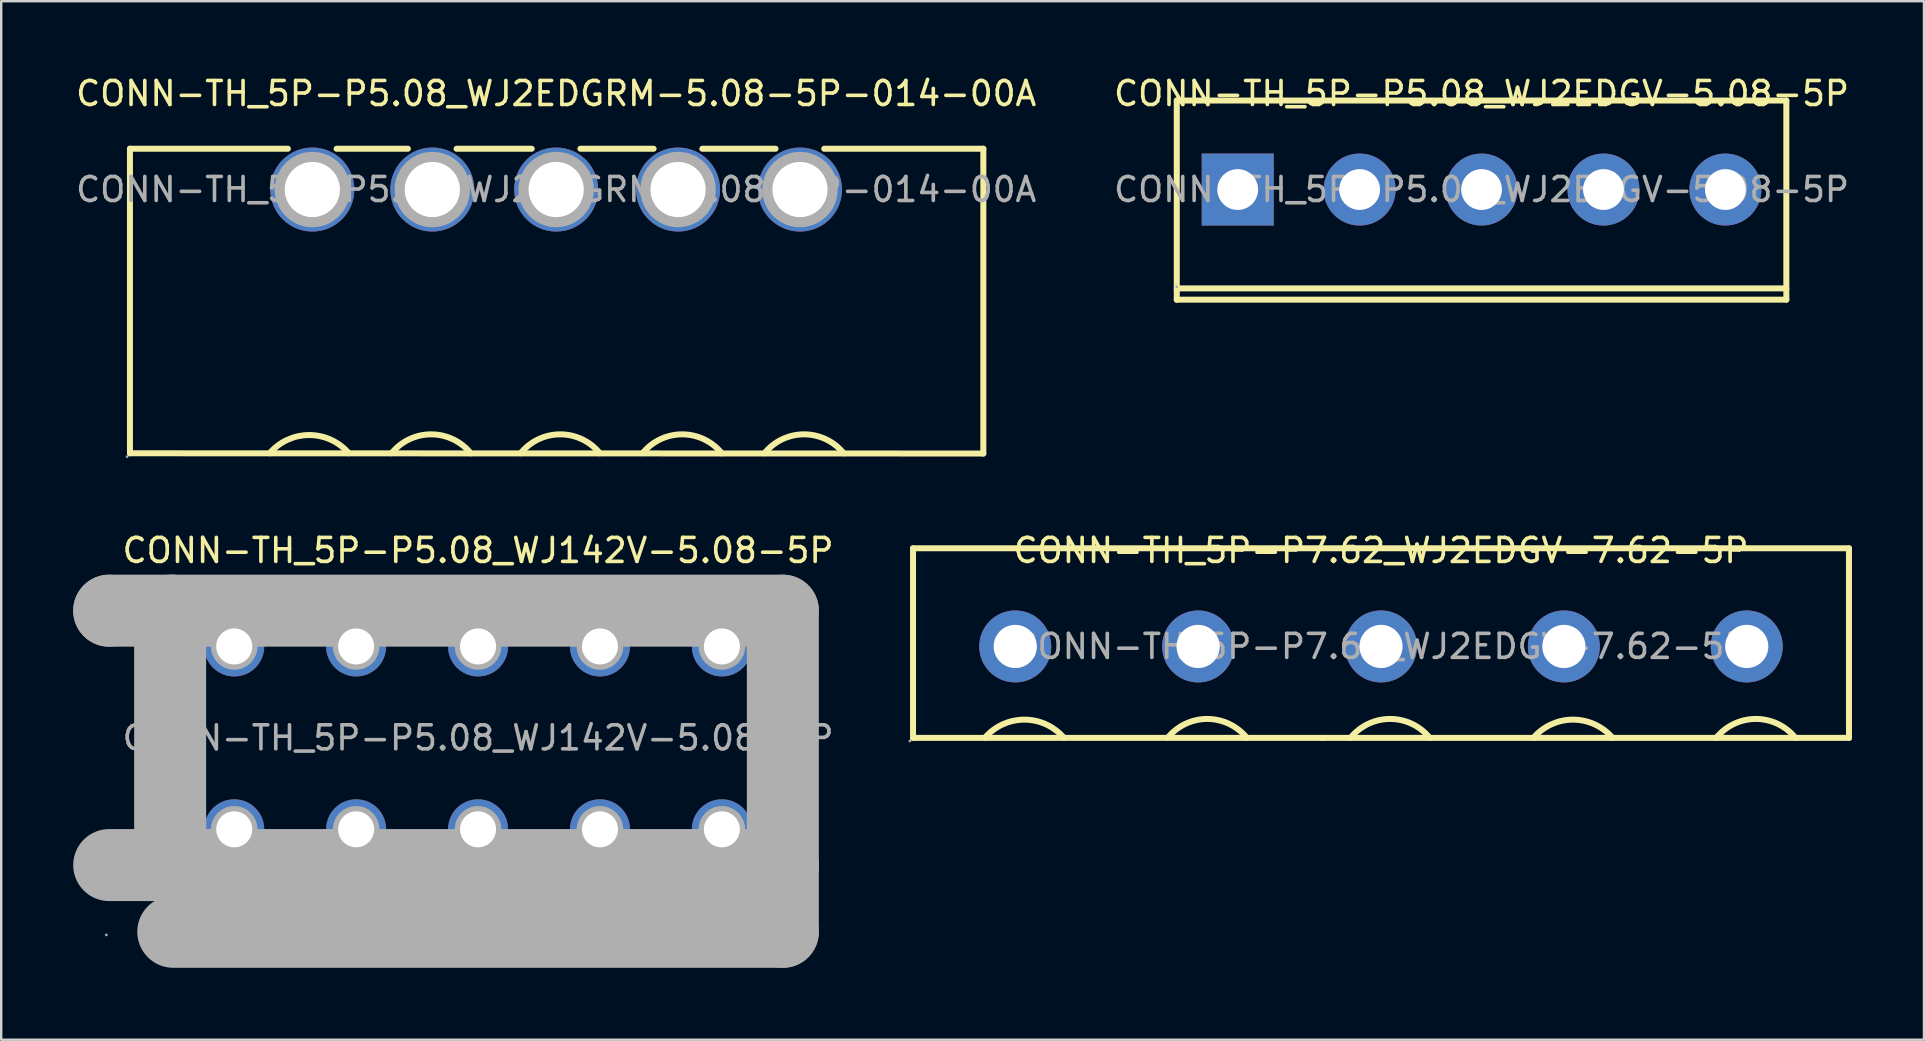
<source format=kicad_pcb>
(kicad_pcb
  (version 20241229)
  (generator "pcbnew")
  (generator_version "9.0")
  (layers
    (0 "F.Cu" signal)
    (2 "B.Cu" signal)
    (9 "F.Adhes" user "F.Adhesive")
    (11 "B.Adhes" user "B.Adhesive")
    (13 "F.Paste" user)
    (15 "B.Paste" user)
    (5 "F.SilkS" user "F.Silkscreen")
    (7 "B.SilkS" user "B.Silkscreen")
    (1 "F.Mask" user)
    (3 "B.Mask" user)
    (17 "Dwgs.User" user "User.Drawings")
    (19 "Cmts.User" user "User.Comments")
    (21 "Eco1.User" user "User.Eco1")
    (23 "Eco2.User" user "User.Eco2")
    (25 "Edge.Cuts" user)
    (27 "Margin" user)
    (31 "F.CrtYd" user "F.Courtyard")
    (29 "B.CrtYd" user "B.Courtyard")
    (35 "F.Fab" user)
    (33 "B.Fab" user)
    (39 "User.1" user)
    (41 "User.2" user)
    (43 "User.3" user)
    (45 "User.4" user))
  (footprint "CONN-TH_5P-P5.08_WJ2EDGRM-5.08-5P-014-00A"
    (layer "F.Cu")
    (at 20.125 4.848)
    (property "Reference" "CONN-TH_5P-P5.08_WJ2EDGRM-5.08-5P-014-00A" (at 0 -4 0) (layer "F.SilkS") (effects (font (size 1 1) (thickness 0.15))))
    (attr through_hole)
    (fp_line (start -17.76 -1.7) (end -17.76 10.99) (stroke (width 0.25) (type solid)) (layer "F.SilkS"))
    (fp_line (start -17.76 -1.7) (end -11.18 -1.7) (stroke (width 0.25) (type solid)) (layer "F.SilkS"))
    (fp_line (start -17.76 10.99) (end 17.8 11) (stroke (width 0.25) (type solid)) (layer "F.SilkS"))
    (fp_line (start -9.15 -1.7) (end -6.18 -1.7) (stroke (width 0.25) (type solid)) (layer "F.SilkS"))
    (fp_line (start -4.15 -1.7) (end -1.02 -1.7) (stroke (width 0.25) (type solid)) (layer "F.SilkS"))
    (fp_line (start 1.01 -1.7) (end 4.06 -1.7) (stroke (width 0.25) (type solid)) (layer "F.SilkS"))
    (fp_line (start 6.09 -1.7) (end 9.14 -1.7) (stroke (width 0.25) (type solid)) (layer "F.SilkS"))
    (fp_line (start 11.17 -1.7) (end 17.8 -1.7) (stroke (width 0.25) (type solid)) (layer "F.SilkS"))
    (fp_line (start 17.8 -1.7) (end 17.8 11) (stroke (width 0.25) (type solid)) (layer "F.SilkS"))
    (fp_arc (start -11.940511 10.990599) (mid -10.290394 10.229609) (end -8.64 10.99) (stroke (width 0.25) (type solid)) (layer "F.SilkS"))
    (fp_arc (start -6.858881 10.988614) (mid -5.209109 10.200709) (end -3.56 10.99) (stroke (width 0.25) (type solid)) (layer "F.SilkS"))
    (fp_arc (start -1.478881 10.988614) (mid 0.170891 10.200709) (end 1.82 10.99) (stroke (width 0.25) (type solid)) (layer "F.SilkS"))
    (fp_arc (start 3.601119 10.988614) (mid 5.250891 10.200709) (end 6.9 10.99) (stroke (width 0.25) (type solid)) (layer "F.SilkS"))
    (fp_arc (start 8.681119 10.988614) (mid 10.330891 10.200709) (end 11.98 10.99) (stroke (width 0.25) (type solid)) (layer "F.SilkS"))
    (fp_circle (center -17.88 11.13) (end -17.85 11.13) (stroke (width 0.06) (type solid)) (fill no) (layer "F.Fab"))
    (fp_circle (center -10.16 0) (end -9.64 0) (stroke (width 1.05) (type solid)) (fill no) (layer "F.Fab"))
    (fp_circle (center -5.16 0) (end -4.64 0) (stroke (width 1.05) (type solid)) (fill no) (layer "F.Fab"))
    (fp_circle (center 0 0) (end 0.52 0) (stroke (width 1.05) (type solid)) (fill no) (layer "F.Fab"))
    (fp_circle (center 5.08 0) (end 5.6 0) (stroke (width 1.05) (type solid)) (fill no) (layer "F.Fab"))
    (fp_circle (center 10.16 0) (end 10.68 0) (stroke (width 1.05) (type solid)) (fill no) (layer "F.Fab"))
    (fp_text user "${REFERENCE}" (at 0 0 0) (layer "F.Fab") (effects (font (size 1 1) (thickness 0.15))))
    (pad "1" thru_hole circle (at -10.16 0) (size 3.5 3.5) (drill 2.3) (layers "*.Cu" "*.Paste" "*.Mask"))
    (pad "2" thru_hole circle (at -5.16 0) (size 3.5 3.5) (drill 2.3) (layers "*.Cu" "*.Paste" "*.Mask"))
    (pad "3" thru_hole circle (at 0 0) (size 3.5 3.5) (drill 2.3) (layers "*.Cu" "*.Paste" "*.Mask"))
    (pad "4" thru_hole circle (at 5.08 0) (size 3.5 3.5) (drill 2.3) (layers "*.Cu" "*.Paste" "*.Mask"))
    (pad "5" thru_hole circle (at 10.16 0) (size 3.5 3.5) (drill 2.3) (layers "*.Cu" "*.Paste" "*.Mask")))
  (footprint "CONN-TH_5P-P5.08_WJ142V-5.08-5P"
    (layer "F.Cu")
    (at 16.87 27.697)
    (property "Reference" "CONN-TH_5P-P5.08_WJ142V-5.08-5P" (at 0 -7.81 0) (layer "F.SilkS") (effects (font (size 1 1) (thickness 0.15))))
    (attr through_hole)
    (fp_line (start -15.37 -5.3) (end -15.37 -5.3) (stroke (width 3) (type solid)) (layer "F.Fab"))
    (fp_line (start -15.37 -5.3) (end -12.83 -5.3) (stroke (width 3) (type solid)) (layer "F.Fab"))
    (fp_line (start -12.83 -5.3) (end -12.83 5.3) (stroke (width 3) (type solid)) (layer "F.Fab"))
    (fp_line (start -12.83 5.3) (end -15.37 5.3) (stroke (width 3) (type solid)) (layer "F.Fab"))
    (fp_line (start -12.7 -5.3) (end -12.7 -5.3) (stroke (width 3) (type solid)) (layer "F.Fab"))
    (fp_line (start -12.7 -5.3) (end 12.7 -5.3) (stroke (width 3) (type solid)) (layer "F.Fab"))
    (fp_line (start -12.7 5.33) (end -12.7 5.33) (stroke (width 3) (type solid)) (layer "F.Fab"))
    (fp_line (start -12.7 5.33) (end 12.7 5.33) (stroke (width 3) (type solid)) (layer "F.Fab"))
    (fp_line (start 12.7 -5.3) (end 12.7 5.3) (stroke (width 3) (type solid)) (layer "F.Fab"))
    (fp_line (start 12.7 5.3) (end -12.7 5.3) (stroke (width 3) (type solid)) (layer "F.Fab"))
    (fp_line (start 12.7 5.33) (end 12.7 8.08) (stroke (width 3) (type solid)) (layer "F.Fab"))
    (fp_line (start 12.7 8.08) (end -12.7 8.08) (stroke (width 3) (type solid)) (layer "F.Fab"))
    (fp_circle (center -15.49 8.21) (end -15.46 8.21) (stroke (width 0.06) (type solid)) (fill no) (layer "F.Fab"))
    (fp_circle (center -10.16 -3.81) (end -9.84 -3.81) (stroke (width 0.65) (type solid)) (fill no) (layer "F.Fab"))
    (fp_circle (center -10.16 3.81) (end -9.84 3.81) (stroke (width 0.65) (type solid)) (fill no) (layer "F.Fab"))
    (fp_circle (center -5.08 -3.81) (end -4.76 -3.81) (stroke (width 0.65) (type solid)) (fill no) (layer "F.Fab"))
    (fp_circle (center -5.08 3.81) (end -4.76 3.81) (stroke (width 0.65) (type solid)) (fill no) (layer "F.Fab"))
    (fp_circle (center 0 -3.81) (end 0.32 -3.81) (stroke (width 0.65) (type solid)) (fill no) (layer "F.Fab"))
    (fp_circle (center 0 3.81) (end 0.32 3.81) (stroke (width 0.65) (type solid)) (fill no) (layer "F.Fab"))
    (fp_circle (center 5.08 -3.81) (end 5.4 -3.81) (stroke (width 0.65) (type solid)) (fill no) (layer "F.Fab"))
    (fp_circle (center 5.08 3.81) (end 5.4 3.81) (stroke (width 0.65) (type solid)) (fill no) (layer "F.Fab"))
    (fp_circle (center 10.16 -3.81) (end 10.48 -3.81) (stroke (width 0.65) (type solid)) (fill no) (layer "F.Fab"))
    (fp_circle (center 10.16 3.81) (end 10.48 3.81) (stroke (width 0.65) (type solid)) (fill no) (layer "F.Fab"))
    (fp_text user "${REFERENCE}" (at 0 0 0) (layer "F.Fab") (effects (font (size 1 1) (thickness 0.15))))
    (pad "1" thru_hole circle (at -10.16 -3.81) (size 2.5 2.5) (drill 1.5) (layers "*.Cu" "*.Paste" "*.Mask"))
    (pad "1" thru_hole circle (at -10.16 3.81) (size 2.5 2.5) (drill 1.5) (layers "*.Cu" "*.Paste" "*.Mask"))
    (pad "2" thru_hole circle (at -5.08 -3.81) (size 2.5 2.5) (drill 1.5) (layers "*.Cu" "*.Paste" "*.Mask"))
    (pad "2" thru_hole circle (at -5.08 3.81) (size 2.5 2.5) (drill 1.5) (layers "*.Cu" "*.Paste" "*.Mask"))
    (pad "3" thru_hole circle (at 0 -3.81) (size 2.5 2.5) (drill 1.5) (layers "*.Cu" "*.Paste" "*.Mask"))
    (pad "3" thru_hole circle (at 0 3.81) (size 2.5 2.5) (drill 1.5) (layers "*.Cu" "*.Paste" "*.Mask"))
    (pad "4" thru_hole circle (at 5.08 -3.81) (size 2.5 2.5) (drill 1.5) (layers "*.Cu" "*.Paste" "*.Mask"))
    (pad "4" thru_hole circle (at 5.08 3.81) (size 2.5 2.5) (drill 1.5) (layers "*.Cu" "*.Paste" "*.Mask"))
    (pad "5" thru_hole circle (at 10.16 -3.81) (size 2.5 2.5) (drill 1.5) (layers "*.Cu" "*.Paste" "*.Mask"))
    (pad "5" thru_hole circle (at 10.16 3.81) (size 2.5 2.5) (drill 1.5) (layers "*.Cu" "*.Paste" "*.Mask")))
  (footprint "CONN-TH_5P-P5.08_WJ2EDGV-5.08-5P"
    (layer "F.Cu")
    (at 58.685 4.848)
    (property "Reference" "CONN-TH_5P-P5.08_WJ2EDGV-5.08-5P" (at 0 -4 0) (layer "F.SilkS") (effects (font (size 1 1) (thickness 0.15))))
    (attr through_hole)
    (fp_line (start -12.7 -3.71) (end 12.7 -3.71) (stroke (width 0.25) (type solid)) (layer "F.SilkS"))
    (fp_line (start -12.7 4.12) (end 12.7 4.12) (stroke (width 0.25) (type solid)) (layer "F.SilkS"))
    (fp_line (start -12.7 4.59) (end -12.7 -3.71) (stroke (width 0.25) (type solid)) (layer "F.SilkS"))
    (fp_line (start -12.7 4.59) (end 12.7 4.59) (stroke (width 0.25) (type solid)) (layer "F.SilkS"))
    (fp_line (start 12.7 -3.71) (end 12.7 4.59) (stroke (width 0.25) (type solid)) (layer "F.SilkS"))
    (fp_circle (center -12.7 4.05) (end -12.67 4.05) (stroke (width 0.06) (type solid)) (fill no) (layer "F.Fab"))
    (fp_text user "${REFERENCE}" (at 0 0 0) (layer "F.Fab") (effects (font (size 1 1) (thickness 0.15))))
    (pad "1" thru_hole rect (at -10.16 0) (size 3 3) (drill 1.7) (layers "*.Cu" "*.Paste" "*.Mask"))
    (pad "2" thru_hole circle (at -5.08 0) (size 3 3) (drill 1.7) (layers "*.Cu" "*.Paste" "*.Mask"))
    (pad "3" thru_hole circle (at 0 0) (size 3 3) (drill 1.7) (layers "*.Cu" "*.Paste" "*.Mask"))
    (pad "4" thru_hole circle (at 5.08 0) (size 3 3) (drill 1.7) (layers "*.Cu" "*.Paste" "*.Mask"))
    (pad "5" thru_hole circle (at 10.16 0) (size 3 3) (drill 1.7) (layers "*.Cu" "*.Paste" "*.Mask")))
  (footprint "CONN-TH_5P-P7.62_WJ2EDGV-7.62-5P"
    (layer "F.Cu")
    (at 54.495 23.887)
    (property "Reference" "CONN-TH_5P-P7.62_WJ2EDGV-7.62-5P" (at 0 -4 0) (layer "F.SilkS") (effects (font (size 1 1) (thickness 0.15))))
    (attr through_hole)
    (fp_line (start -19.5 -4.09) (end -19.5 3.81) (stroke (width 0.25) (type solid)) (layer "F.SilkS"))
    (fp_line (start -19.5 -4.09) (end 19.5 -4.09) (stroke (width 0.25) (type solid)) (layer "F.SilkS"))
    (fp_line (start -19.5 3.81) (end -2.43 3.81) (stroke (width 0.25) (type solid)) (layer "F.SilkS"))
    (fp_line (start -2.43 3.81) (end 19.5 3.81) (stroke (width 0.25) (type solid)) (layer "F.SilkS"))
    (fp_line (start 19.5 -4.09) (end 19.5 3.81) (stroke (width 0.25) (type solid)) (layer "F.SilkS"))
    (fp_arc (start -16.510511 3.810599) (mid -14.860394 3.049609) (end -13.21 3.81) (stroke (width 0.25) (type solid)) (layer "F.SilkS"))
    (fp_arc (start -8.888881 3.808614) (mid -7.239109 3.020709) (end -5.59 3.81) (stroke (width 0.25) (type solid)) (layer "F.SilkS"))
    (fp_arc (start -1.268881 3.808614) (mid 0.380891 3.020709) (end 2.03 3.81) (stroke (width 0.25) (type solid)) (layer "F.SilkS"))
    (fp_arc (start 6.349489 3.810599) (mid 7.999606 3.049609) (end 9.65 3.81) (stroke (width 0.25) (type solid)) (layer "F.SilkS"))
    (fp_arc (start 13.971119 3.808614) (mid 15.620891 3.020709) (end 17.27 3.81) (stroke (width 0.25) (type solid)) (layer "F.SilkS"))
    (fp_circle (center -19.63 3.94) (end -19.6 3.94) (stroke (width 0.06) (type solid)) (fill no) (layer "F.Fab"))
    (fp_circle (center -15.24 0) (end -14.84 0) (stroke (width 0.8) (type solid)) (fill no) (layer "F.Fab"))
    (fp_circle (center -7.62 0) (end -7.22 0) (stroke (width 0.8) (type solid)) (fill no) (layer "F.Fab"))
    (fp_circle (center 0 0) (end 0.4 0) (stroke (width 0.8) (type solid)) (fill no) (layer "F.Fab"))
    (fp_circle (center 7.62 0) (end 8.02 0) (stroke (width 0.8) (type solid)) (fill no) (layer "F.Fab"))
    (fp_circle (center 15.24 0) (end 15.64 0) (stroke (width 0.8) (type solid)) (fill no) (layer "F.Fab"))
    (fp_text user "${REFERENCE}" (at 0 0 0) (layer "F.Fab") (effects (font (size 1 1) (thickness 0.15))))
    (pad "1" thru_hole circle (at -15.24 0) (size 3 3) (drill 1.8) (layers "*.Cu" "*.Paste" "*.Mask"))
    (pad "2" thru_hole circle (at -7.62 0) (size 3 3) (drill 1.8) (layers "*.Cu" "*.Paste" "*.Mask"))
    (pad "3" thru_hole circle (at 0 0) (size 3 3) (drill 1.8) (layers "*.Cu" "*.Paste" "*.Mask"))
    (pad "4" thru_hole circle (at 7.62 0) (size 3 3) (drill 1.8) (layers "*.Cu" "*.Paste" "*.Mask"))
    (pad "5" thru_hole circle (at 15.24 0) (size 3 3) (drill 1.8) (layers "*.Cu" "*.Paste" "*.Mask")))
  (gr_rect
    (start -3 -3)
    (end 77.12 40.276)
    (stroke (width 0.1) (type default))
    (fill no)
    (layer "Edge.Cuts")))
</source>
